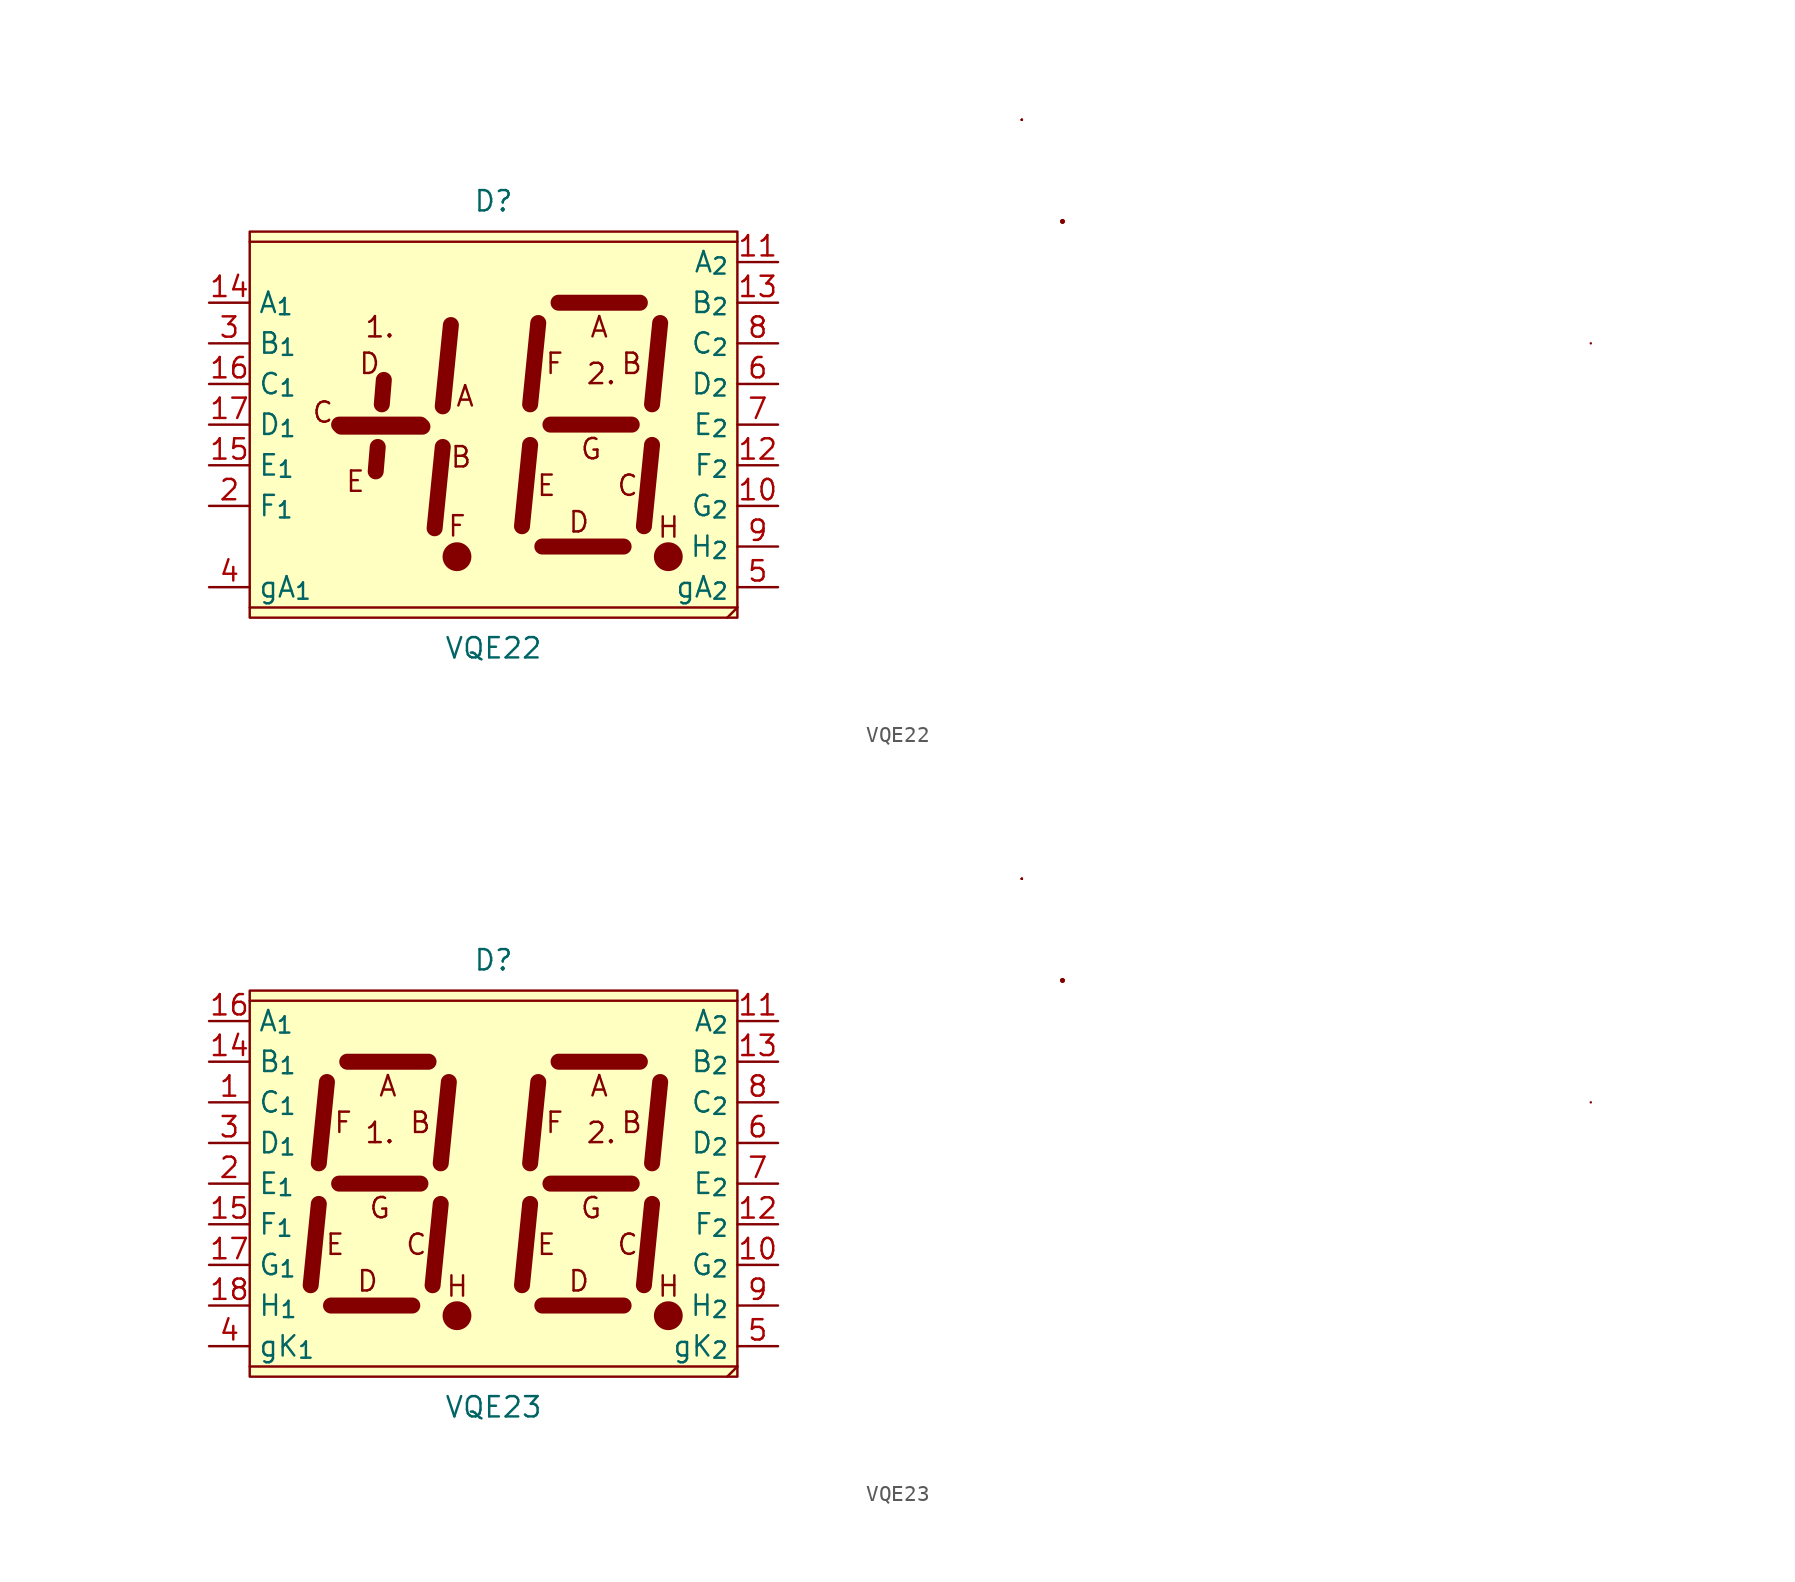
<source format=kicad_sym>
(kicad_symbol_lib
  (version 20211014)
  (generator kicad_symbol_editor)
  (symbol "VQE22"
    (property "Reference" "D"
      (at 0 15.24 0)
      (effects (font (size 1.27 1.27))))
    (property "Value" "VQE22"
      (at 0 -12.7 0)
      (effects (font (size 1.27 1.27))))
    (symbol "VQE22_0_0"
      (polyline (pts (xy -7.366 -1.651) (xy -7.239 -0.127)) (stroke (width 1) (type default) (color 0 0 0 0)) (fill (type none)))
      (polyline (pts (xy -6.985 2.54) (xy -6.858 4.064)) (stroke (width 1) (type default) (color 0 0 0 0)) (fill (type none)))
      (polyline (pts (xy 68.58 6.35) (xy 68.58 6.35)) (stroke (width 0.152) (type default) (color 0 0 0 0)) (fill (type none)))
      (circle (center 35.56 13.97) (radius 0.0001) (stroke (width 0.152) (type default) (color 0 0 0 0)) (fill (type none)))
      (circle (center 35.56 13.97) (radius 0.0001) (stroke (width 0.152) (type default) (color 0 0 0 0)) (fill (type none)))
      (text "1." (at -7.112 7.366 0) (effects (font (size 1.27 1.27))))
      (text "2." (at 6.731 4.445 0) (effects (font (size 1.27 1.27))))
      (text "A" (at -1.778 3.048 0) (effects (font (size 1.27 1.27))))
      (text "A" (at 6.604 7.366 0) (effects (font (size 1.27 1.27))))
      (text "B" (at -2.032 -0.762 0) (effects (font (size 1.27 1.27))))
      (text "B" (at 8.636 5.08 0) (effects (font (size 1.27 1.27))))
      (text "C" (at -10.668 2.032 0) (effects (font (size 1.27 1.27))))
      (text "C" (at 8.382 -2.54 0) (effects (font (size 1.27 1.27))))
      (text "D" (at -7.747 5.08 0) (effects (font (size 1.27 1.27))))
      (text "D" (at 5.334 -4.826 0) (effects (font (size 1.27 1.27))))
      (text "E" (at -8.636 -2.286 0) (effects (font (size 1.27 1.27))))
      (text "E" (at 3.302 -2.54 0) (effects (font (size 1.27 1.27))))
      (text "F" (at -2.286 -5.08 0) (effects (font (size 1.27 1.27))))
      (text "F" (at 3.81 5.08 0) (effects (font (size 1.27 1.27))))
      (text "G" (at 6.096 -0.254 0) (effects (font (size 1.27 1.27))))
      (text "H" (at 10.937 -5.151 0) (effects (font (size 1.27 1.27)))))
    (symbol "VQE22_0_1"
      (rectangle (start -15.24 13.335) (end 15.24 -10.795) (stroke (width 0.152) (type default) (color 0 0 0 0)) (fill (type background)))
      (circle (center -2.286 -6.985) (radius 0.827) (stroke (width 0.152) (type default) (color 0 0 0 0)) (fill (type outline)))
      (polyline (pts (xy -15.24 -10.16) (xy 15.24 -10.16)) (stroke (width 0.152) (type default) (color 0 0 0 0)) (fill (type none)))
      (polyline (pts (xy -15.24 12.7) (xy 15.24 12.7)) (stroke (width 0.152) (type default) (color 0 0 0 0)) (fill (type none)))
      (polyline (pts (xy -9.652 1.27) (xy -4.572 1.27)) (stroke (width 1) (type default) (color 0 0 0 0)) (fill (type none)))
      (polyline (pts (xy -9.525 1.143) (xy -4.445 1.143)) (stroke (width 1) (type default) (color 0 0 0 0)) (fill (type none)))
      (polyline (pts (xy -3.175 -0.127) (xy -3.683 -5.207)) (stroke (width 1) (type default) (color 0 0 0 0)) (fill (type none)))
      (polyline (pts (xy -2.667 7.493) (xy -3.175 2.413)) (stroke (width 1) (type default) (color 0 0 0 0)) (fill (type none)))
      (polyline (pts (xy 2.286 0) (xy 1.778 -5.08)) (stroke (width 1) (type default) (color 0 0 0 0)) (fill (type none)))
      (polyline (pts (xy 2.794 7.62) (xy 2.286 2.54)) (stroke (width 1) (type default) (color 0 0 0 0)) (fill (type none)))
      (polyline (pts (xy 3.048 -6.35) (xy 8.128 -6.35)) (stroke (width 1) (type default) (color 0 0 0 0)) (fill (type none)))
      (polyline (pts (xy 3.556 1.27) (xy 8.636 1.27)) (stroke (width 1) (type default) (color 0 0 0 0)) (fill (type none)))
      (polyline (pts (xy 4.064 8.89) (xy 9.144 8.89)) (stroke (width 1) (type default) (color 0 0 0 0)) (fill (type none)))
      (polyline (pts (xy 9.906 0) (xy 9.398 -5.08)) (stroke (width 1) (type default) (color 0 0 0 0)) (fill (type none)))
      (polyline (pts (xy 10.414 7.62) (xy 9.906 2.54)) (stroke (width 1) (type default) (color 0 0 0 0)) (fill (type none)))
      (polyline (pts (xy 15.24 -10.16) (xy 14.605 -10.795)) (stroke (width 0.152) (type default) (color 0 0 0 0)) (fill (type none)))
      (circle (center 10.922 -6.985) (radius 0.827) (stroke (width 0.152) (type default) (color 0 0 0 0)) (fill (type outline)))
      (rectangle (start 33.02 20.32) (end 33.02 20.32) (stroke (width 0.152) (type default) (color 0 0 0 0)) (fill (type none)))
      (rectangle (start 33.02 20.32) (end 33.02 20.32) (stroke (width 0.152) (type default) (color 0 0 0 0)) (fill (type none)))
      (rectangle (start 33.02 20.32) (end 33.02 20.32) (stroke (width 0.152) (type default) (color 0 0 0 0)) (fill (type none)))
      (rectangle (start 33.02 20.32) (end 33.02 20.32) (stroke (width 0.152) (type default) (color 0 0 0 0)) (fill (type none)))
      (rectangle (start 33.02 20.32) (end 33.02 20.32) (stroke (width 0.152) (type default) (color 0 0 0 0)) (fill (type none))))
    (symbol "VQE22_1_1"
      (pin no_connect line (at -17.78 11.43 0) (length 2.54) hide (name "nb" (effects (font (size 1.27 1.27)))) (number "1" (effects (font (size 1.27 1.27)))))
      (pin passive line (at 17.78 -3.81 180) (length 2.54) (name "G_{2}" (effects (font (size 1.27 1.27)))) (number "10" (effects (font (size 1.27 1.27)))))
      (pin passive line (at 17.78 11.43 180) (length 2.54) (name "A_{2}" (effects (font (size 1.27 1.27)))) (number "11" (effects (font (size 1.27 1.27)))))
      (pin passive line (at 17.78 -1.27 180) (length 2.54) (name "F_{2}" (effects (font (size 1.27 1.27)))) (number "12" (effects (font (size 1.27 1.27)))))
      (pin passive line (at 17.78 8.89 180) (length 2.54) (name "B_{2}" (effects (font (size 1.27 1.27)))) (number "13" (effects (font (size 1.27 1.27)))))
      (pin passive line (at -17.78 8.89 0) (length 2.54) (name "A_{1}" (effects (font (size 1.27 1.27)))) (number "14" (effects (font (size 1.27 1.27)))))
      (pin passive line (at -17.78 -1.27 0) (length 2.54) (name "E_{1}" (effects (font (size 1.27 1.27)))) (number "15" (effects (font (size 1.27 1.27)))))
      (pin passive line (at -17.78 3.81 0) (length 2.54) (name "C_{1}" (effects (font (size 1.27 1.27)))) (number "16" (effects (font (size 1.27 1.27)))))
      (pin passive line (at -17.78 1.27 0) (length 2.54) (name "D_{1}" (effects (font (size 1.27 1.27)))) (number "17" (effects (font (size 1.27 1.27)))))
      (pin no_connect line (at -17.78 -6.35 0) (length 2.54) hide (name "nb" (effects (font (size 1.27 1.27)))) (number "18" (effects (font (size 1.27 1.27)))))
      (pin passive line (at -17.78 -3.81 0) (length 2.54) (name "F_{1}" (effects (font (size 1.27 1.27)))) (number "2" (effects (font (size 1.27 1.27)))))
      (pin passive line (at -17.78 6.35 0) (length 2.54) (name "B_{1}" (effects (font (size 1.27 1.27)))) (number "3" (effects (font (size 1.27 1.27)))))
      (pin passive line (at -17.78 -8.89 0) (length 2.54) (name "gA_{1}" (effects (font (size 1.27 1.27)))) (number "4" (effects (font (size 1.27 1.27)))))
      (pin passive line (at 17.78 -8.89 180) (length 2.54) (name "gA_{2}" (effects (font (size 1.27 1.27)))) (number "5" (effects (font (size 1.27 1.27)))))
      (pin passive line (at 17.78 3.81 180) (length 2.54) (name "D_{2}" (effects (font (size 1.27 1.27)))) (number "6" (effects (font (size 1.27 1.27)))))
      (pin passive line (at 17.78 1.27 180) (length 2.54) (name "E_{2}" (effects (font (size 1.27 1.27)))) (number "7" (effects (font (size 1.27 1.27)))))
      (pin passive line (at 17.78 6.35 180) (length 2.54) (name "C_{2}" (effects (font (size 1.27 1.27)))) (number "8" (effects (font (size 1.27 1.27)))))
      (pin passive line (at 17.78 -6.35 180) (length 2.54) (name "H_{2}" (effects (font (size 1.27 1.27)))) (number "9" (effects (font (size 1.27 1.27)))))))
  (symbol "VQE23"
    (property "Reference" "D"
      (at 0 15.24 0)
      (effects (font (size 1.27 1.27))))
    (property "Value" "VQE23"
      (at 0 -12.7 0)
      (effects (font (size 1.27 1.27))))
    (symbol "VQE23_0_0"
      (polyline (pts (xy 68.58 6.35) (xy 68.58 6.35)) (stroke (width 0.152) (type default) (color 0 0 0 0)) (fill (type none)))
      (circle (center 35.56 13.97) (radius 0.0001) (stroke (width 0.152) (type default) (color 0 0 0 0)) (fill (type none)))
      (circle (center 35.56 13.97) (radius 0.0001) (stroke (width 0.152) (type default) (color 0 0 0 0)) (fill (type none)))
      (text "1." (at -7.112 4.445 0) (effects (font (size 1.27 1.27))))
      (text "2." (at 6.731 4.445 0) (effects (font (size 1.27 1.27))))
      (text "A" (at -6.604 7.366 0) (effects (font (size 1.27 1.27))))
      (text "A" (at 6.604 7.366 0) (effects (font (size 1.27 1.27))))
      (text "B" (at -4.572 5.08 0) (effects (font (size 1.27 1.27))))
      (text "B" (at 8.636 5.08 0) (effects (font (size 1.27 1.27))))
      (text "C" (at -4.826 -2.54 0) (effects (font (size 1.27 1.27))))
      (text "C" (at 8.382 -2.54 0) (effects (font (size 1.27 1.27))))
      (text "D" (at -7.874 -4.826 0) (effects (font (size 1.27 1.27))))
      (text "D" (at 5.334 -4.826 0) (effects (font (size 1.27 1.27))))
      (text "E" (at -9.906 -2.54 0) (effects (font (size 1.27 1.27))))
      (text "E" (at 3.302 -2.54 0) (effects (font (size 1.27 1.27))))
      (text "F" (at -9.398 5.08 0) (effects (font (size 1.27 1.27))))
      (text "F" (at 3.81 5.08 0) (effects (font (size 1.27 1.27))))
      (text "G" (at -7.112 -0.254 0) (effects (font (size 1.27 1.27))))
      (text "G" (at 6.096 -0.254 0) (effects (font (size 1.27 1.27))))
      (text "H" (at -2.271 -5.151 0) (effects (font (size 1.27 1.27))))
      (text "H" (at 10.937 -5.151 0) (effects (font (size 1.27 1.27)))))
    (symbol "VQE23_0_1"
      (rectangle (start -15.24 13.335) (end 15.24 -10.795) (stroke (width 0.152) (type default) (color 0 0 0 0)) (fill (type background)))
      (circle (center -2.286 -6.985) (radius 0.827) (stroke (width 0.152) (type default) (color 0 0 0 0)) (fill (type outline)))
      (polyline (pts (xy -15.24 -10.16) (xy 15.24 -10.16)) (stroke (width 0.152) (type default) (color 0 0 0 0)) (fill (type none)))
      (polyline (pts (xy -15.24 12.7) (xy 15.24 12.7)) (stroke (width 0.152) (type default) (color 0 0 0 0)) (fill (type none)))
      (polyline (pts (xy -10.922 0) (xy -11.43 -5.08)) (stroke (width 1) (type default) (color 0 0 0 0)) (fill (type none)))
      (polyline (pts (xy -10.414 7.62) (xy -10.922 2.54)) (stroke (width 1) (type default) (color 0 0 0 0)) (fill (type none)))
      (polyline (pts (xy -10.16 -6.35) (xy -5.08 -6.35)) (stroke (width 1) (type default) (color 0 0 0 0)) (fill (type none)))
      (polyline (pts (xy -9.652 1.27) (xy -4.572 1.27)) (stroke (width 1) (type default) (color 0 0 0 0)) (fill (type none)))
      (polyline (pts (xy -9.144 8.89) (xy -4.064 8.89)) (stroke (width 1) (type default) (color 0 0 0 0)) (fill (type none)))
      (polyline (pts (xy -3.302 0) (xy -3.81 -5.08)) (stroke (width 1) (type default) (color 0 0 0 0)) (fill (type none)))
      (polyline (pts (xy -2.794 7.62) (xy -3.302 2.54)) (stroke (width 1) (type default) (color 0 0 0 0)) (fill (type none)))
      (polyline (pts (xy 2.286 0) (xy 1.778 -5.08)) (stroke (width 1) (type default) (color 0 0 0 0)) (fill (type none)))
      (polyline (pts (xy 2.794 7.62) (xy 2.286 2.54)) (stroke (width 1) (type default) (color 0 0 0 0)) (fill (type none)))
      (polyline (pts (xy 3.048 -6.35) (xy 8.128 -6.35)) (stroke (width 1) (type default) (color 0 0 0 0)) (fill (type none)))
      (polyline (pts (xy 3.556 1.27) (xy 8.636 1.27)) (stroke (width 1) (type default) (color 0 0 0 0)) (fill (type none)))
      (polyline (pts (xy 4.064 8.89) (xy 9.144 8.89)) (stroke (width 1) (type default) (color 0 0 0 0)) (fill (type none)))
      (polyline (pts (xy 9.906 0) (xy 9.398 -5.08)) (stroke (width 1) (type default) (color 0 0 0 0)) (fill (type none)))
      (polyline (pts (xy 10.414 7.62) (xy 9.906 2.54)) (stroke (width 1) (type default) (color 0 0 0 0)) (fill (type none)))
      (polyline (pts (xy 15.24 -10.16) (xy 14.605 -10.795)) (stroke (width 0.152) (type default) (color 0 0 0 0)) (fill (type none)))
      (circle (center 10.922 -6.985) (radius 0.827) (stroke (width 0.152) (type default) (color 0 0 0 0)) (fill (type outline)))
      (rectangle (start 33.02 20.32) (end 33.02 20.32) (stroke (width 0.152) (type default) (color 0 0 0 0)) (fill (type none)))
      (rectangle (start 33.02 20.32) (end 33.02 20.32) (stroke (width 0.152) (type default) (color 0 0 0 0)) (fill (type none)))
      (rectangle (start 33.02 20.32) (end 33.02 20.32) (stroke (width 0.152) (type default) (color 0 0 0 0)) (fill (type none)))
      (rectangle (start 33.02 20.32) (end 33.02 20.32) (stroke (width 0.152) (type default) (color 0 0 0 0)) (fill (type none)))
      (rectangle (start 33.02 20.32) (end 33.02 20.32) (stroke (width 0.152) (type default) (color 0 0 0 0)) (fill (type none))))
    (symbol "VQE23_1_1"
      (pin passive line (at -17.78 6.35 0) (length 2.54) (name "C_{1}" (effects (font (size 1.27 1.27)))) (number "1" (effects (font (size 1.27 1.27)))))
      (pin passive line (at 17.78 -3.81 180) (length 2.54) (name "G_{2}" (effects (font (size 1.27 1.27)))) (number "10" (effects (font (size 1.27 1.27)))))
      (pin passive line (at 17.78 11.43 180) (length 2.54) (name "A_{2}" (effects (font (size 1.27 1.27)))) (number "11" (effects (font (size 1.27 1.27)))))
      (pin passive line (at 17.78 -1.27 180) (length 2.54) (name "F_{2}" (effects (font (size 1.27 1.27)))) (number "12" (effects (font (size 1.27 1.27)))))
      (pin passive line (at 17.78 8.89 180) (length 2.54) (name "B_{2}" (effects (font (size 1.27 1.27)))) (number "13" (effects (font (size 1.27 1.27)))))
      (pin passive line (at -17.78 8.89 0) (length 2.54) (name "B_{1}" (effects (font (size 1.27 1.27)))) (number "14" (effects (font (size 1.27 1.27)))))
      (pin passive line (at -17.78 -1.27 0) (length 2.54) (name "F_{1}" (effects (font (size 1.27 1.27)))) (number "15" (effects (font (size 1.27 1.27)))))
      (pin passive line (at -17.78 11.43 0) (length 2.54) (name "A_{1}" (effects (font (size 1.27 1.27)))) (number "16" (effects (font (size 1.27 1.27)))))
      (pin passive line (at -17.78 -3.81 0) (length 2.54) (name "G_{1}" (effects (font (size 1.27 1.27)))) (number "17" (effects (font (size 1.27 1.27)))))
      (pin passive line (at -17.78 -6.35 0) (length 2.54) (name "H_{1}" (effects (font (size 1.27 1.27)))) (number "18" (effects (font (size 1.27 1.27)))))
      (pin passive line (at -17.78 1.27 0) (length 2.54) (name "E_{1}" (effects (font (size 1.27 1.27)))) (number "2" (effects (font (size 1.27 1.27)))))
      (pin passive line (at -17.78 3.81 0) (length 2.54) (name "D_{1}" (effects (font (size 1.27 1.27)))) (number "3" (effects (font (size 1.27 1.27)))))
      (pin passive line (at -17.78 -8.89 0) (length 2.54) (name "gK_{1}" (effects (font (size 1.27 1.27)))) (number "4" (effects (font (size 1.27 1.27)))))
      (pin passive line (at 17.78 -8.89 180) (length 2.54) (name "gK_{2}" (effects (font (size 1.27 1.27)))) (number "5" (effects (font (size 1.27 1.27)))))
      (pin passive line (at 17.78 3.81 180) (length 2.54) (name "D_{2}" (effects (font (size 1.27 1.27)))) (number "6" (effects (font (size 1.27 1.27)))))
      (pin passive line (at 17.78 1.27 180) (length 2.54) (name "E_{2}" (effects (font (size 1.27 1.27)))) (number "7" (effects (font (size 1.27 1.27)))))
      (pin passive line (at 17.78 6.35 180) (length 2.54) (name "C_{2}" (effects (font (size 1.27 1.27)))) (number "8" (effects (font (size 1.27 1.27)))))
      (pin passive line (at 17.78 -6.35 180) (length 2.54) (name "H_{2}" (effects (font (size 1.27 1.27)))) (number "9" (effects (font (size 1.27 1.27))))))))
</source>
